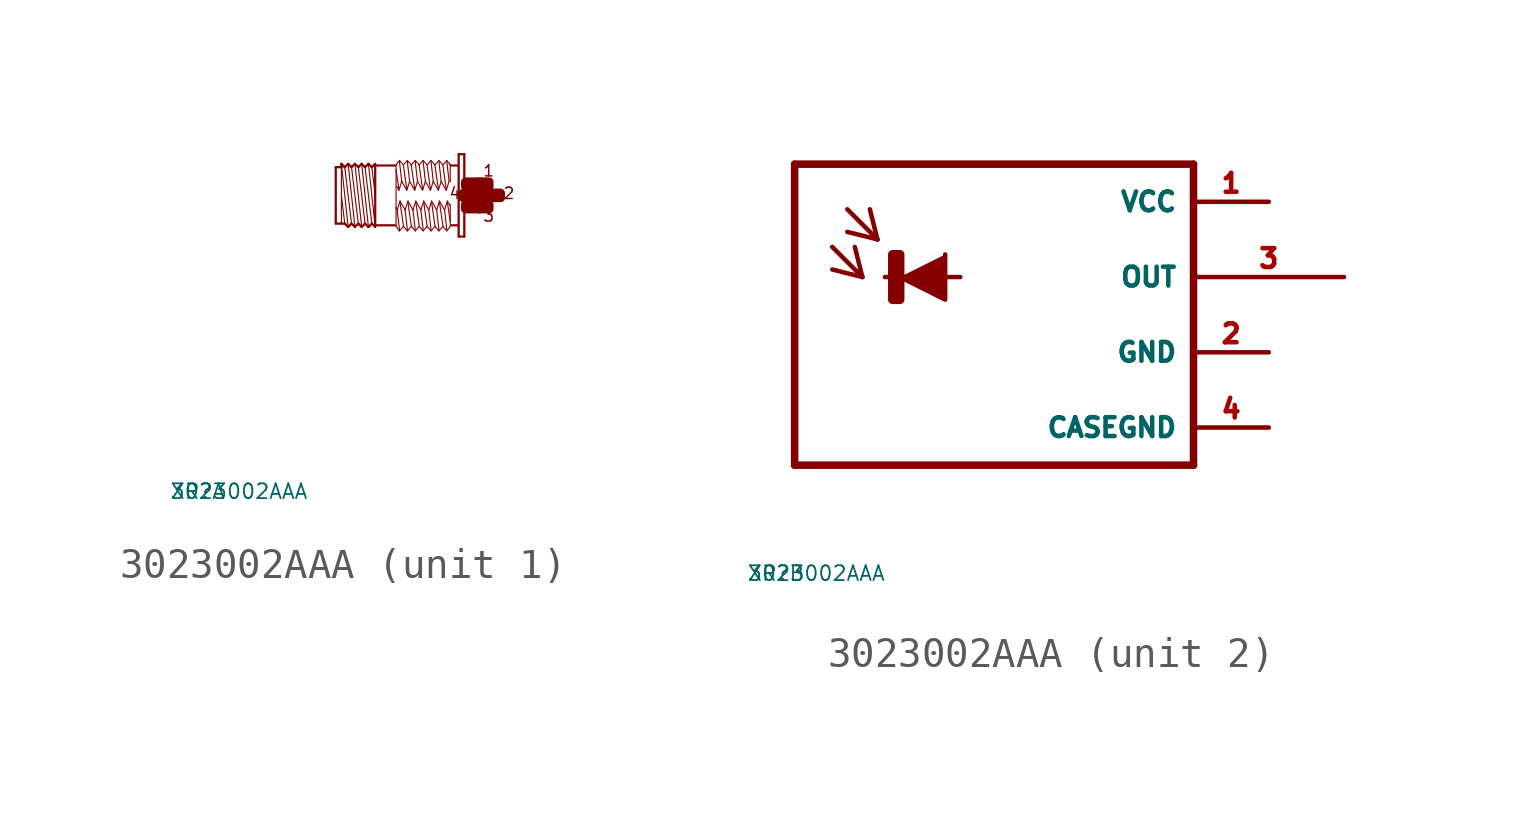
<source format=kicad_sym>
(kicad_symbol_lib
  (version 20220914)
  (generator Eagle2Kicad)
  (symbol "3023002AAA"
    (property "Reference" "XR"
      (at -10 -10 0)
      (effects (font (size 0.5 0.5) (thickness 0.06)) (justify left)))
    (property "Value" "3023002AAA"
      (at -10 -10 0)
      (effects (font (size 0.5 0.5) (thickness 0.06)) (justify left)))
    (symbol "3023002AAA_1_0"
      (polyline (pts (xy -3.048 -1.067) (xy -3.277 1.067)) (stroke (width 0.038) (type default)) (fill (type none)))
      (polyline (pts (xy -3.162 0.953) (xy -3.048 0)) (stroke (width 0.038) (type default)) (fill (type none)))
      (polyline (pts (xy -3.162 -0.953) (xy -3.391 0.953)) (stroke (width 0.038) (type default)) (fill (type none)))
      (polyline (pts (xy -3.277 -1.067) (xy -3.505 1.067)) (stroke (width 0.038) (type default)) (fill (type none)))
      (polyline (pts (xy -3.391 -0.953) (xy -3.619 0.953)) (stroke (width 0.038) (type default)) (fill (type none)))
      (polyline (pts (xy -3.505 -1.067) (xy -3.734 1.067)) (stroke (width 0.038) (type default)) (fill (type none)))
      (polyline (pts (xy -3.619 -0.953) (xy -3.848 0.953)) (stroke (width 0.038) (type default)) (fill (type none)))
      (polyline (pts (xy -3.734 -1.067) (xy -3.962 1.067)) (stroke (width 0.038) (type default)) (fill (type none)))
      (polyline (pts (xy -3.848 -0.953) (xy -4.077 0.953)) (stroke (width 0.038) (type default)) (fill (type none)))
      (polyline (pts (xy -3.962 -1.067) (xy -4.191 1.067)) (stroke (width 0.038) (type default)) (fill (type none)))
      (polyline (pts (xy -4.191 0) (xy -4.077 -0.953)) (stroke (width 0.038) (type default)) (fill (type none)))
      (polyline (pts (xy -4.191 1.029) (xy -4.191 0.953)) (stroke (width 0.038) (type default)) (fill (type none)))
      (polyline (pts (xy -4.191 0.953) (xy -4.191 -0.953)) (stroke (width 0.038) (type default)) (fill (type none)))
      (polyline (pts (xy -4.381 -0.953) (xy -4.381 0.953)) (stroke (width 0.076) (type default)) (fill (type none)))
      (polyline (pts (xy -4.381 0.953) (xy -4.191 0.953)) (stroke (width 0.076) (type default)) (fill (type none)))
      (polyline (pts (xy -4.191 0.953) (xy -4.191 1.067)) (stroke (width 0.076) (type default)) (fill (type none)))
      (polyline (pts (xy -4.191 1.067) (xy -4.077 0.953)) (stroke (width 0.076) (type default)) (fill (type none)))
      (polyline (pts (xy -4.077 0.953) (xy -3.962 1.067)) (stroke (width 0.076) (type default)) (fill (type none)))
      (polyline (pts (xy -3.962 1.067) (xy -3.848 0.953)) (stroke (width 0.076) (type default)) (fill (type none)))
      (polyline (pts (xy -3.848 0.953) (xy -3.734 1.067)) (stroke (width 0.076) (type default)) (fill (type none)))
      (polyline (pts (xy -3.734 1.067) (xy -3.619 0.953)) (stroke (width 0.076) (type default)) (fill (type none)))
      (polyline (pts (xy -3.619 0.953) (xy -3.505 1.067)) (stroke (width 0.076) (type default)) (fill (type none)))
      (polyline (pts (xy -3.277 1.067) (xy -3.162 0.953)) (stroke (width 0.076) (type default)) (fill (type none)))
      (polyline (pts (xy -3.162 0.953) (xy -3.048 1.067)) (stroke (width 0.076) (type default)) (fill (type none)))
      (polyline (pts (xy -3.048 -1.067) (xy -3.162 -0.953)) (stroke (width 0.076) (type default)) (fill (type none)))
      (polyline (pts (xy -3.162 -0.953) (xy -3.277 -1.067)) (stroke (width 0.076) (type default)) (fill (type none)))
      (polyline (pts (xy -3.277 -1.067) (xy -3.391 -0.953)) (stroke (width 0.076) (type default)) (fill (type none)))
      (polyline (pts (xy -3.391 -0.953) (xy -3.505 -1.067)) (stroke (width 0.076) (type default)) (fill (type none)))
      (polyline (pts (xy -3.505 -1.067) (xy -3.619 -0.953)) (stroke (width 0.076) (type default)) (fill (type none)))
      (polyline (pts (xy -3.619 -0.953) (xy -3.734 -1.067)) (stroke (width 0.076) (type default)) (fill (type none)))
      (polyline (pts (xy -3.734 -1.067) (xy -3.848 -0.953)) (stroke (width 0.076) (type default)) (fill (type none)))
      (polyline (pts (xy -3.848 -0.953) (xy -3.962 -1.067)) (stroke (width 0.076) (type default)) (fill (type none)))
      (polyline (pts (xy -3.962 -1.067) (xy -4.077 -0.953)) (stroke (width 0.076) (type default)) (fill (type none)))
      (polyline (pts (xy -4.077 -0.953) (xy -4.191 -0.953)) (stroke (width 0.076) (type default)) (fill (type none)))
      (polyline (pts (xy -4.191 -0.953) (xy -4.381 -0.953)) (stroke (width 0.076) (type default)) (fill (type none)))
      (polyline (pts (xy -3.048 1.029) (xy -3.048 1.01)) (stroke (width 0.076) (type default)) (fill (type none)))
      (polyline (pts (xy -3.048 1.01) (xy -3.048 -1.01)) (stroke (width 0.076) (type default)) (fill (type none)))
      (polyline (pts (xy -3.048 -1.01) (xy -3.048 -1.029)) (stroke (width 0.076) (type default)) (fill (type none)))
      (polyline (pts (xy -0.038 1.391) (xy -0.038 -1.391)) (stroke (width 0.076) (type default)) (fill (type none)))
      (polyline (pts (xy -0.038 -1.391) (xy -0.229 -1.391)) (stroke (width 0.076) (type default)) (fill (type none)))
      (polyline (pts (xy -0.229 -1.391) (xy -0.229 1.391)) (stroke (width 0.076) (type default)) (fill (type none)))
      (polyline (pts (xy -0.229 1.391) (xy -0.038 1.391)) (stroke (width 0.076) (type default)) (fill (type none)))
      (polyline (pts (xy -0.267 1.01) (xy -0.476 1.01)) (stroke (width 0.076) (type default)) (fill (type none)))
      (polyline (pts (xy -0.267 -1.01) (xy -0.476 -1.01)) (stroke (width 0.076) (type default)) (fill (type none)))
      (polyline (pts (xy -2.381 -1.01) (xy -3.048 -1.01)) (stroke (width 0.076) (type default)) (fill (type none)))
      (polyline (pts (xy -3.048 1.01) (xy -2.381 1.01)) (stroke (width 0.076) (type default)) (fill (type none)))
      (polyline (pts (xy -0.514 -1.048) (xy -0.629 -1.2)) (stroke (width 0.038) (type default)) (fill (type none)))
      (polyline (pts (xy -0.629 -1.2) (xy -0.762 -1.048)) (stroke (width 0.038) (type default)) (fill (type none)))
      (polyline (pts (xy -0.762 -1.048) (xy -0.895 -1.2)) (stroke (width 0.038) (type default)) (fill (type none)))
      (polyline (pts (xy -0.895 -1.2) (xy -1.029 -1.048)) (stroke (width 0.038) (type default)) (fill (type none)))
      (polyline (pts (xy -1.029 -1.048) (xy -1.162 -1.2)) (stroke (width 0.038) (type default)) (fill (type none)))
      (polyline (pts (xy -1.162 -1.2) (xy -1.295 -1.048)) (stroke (width 0.038) (type default)) (fill (type none)))
      (polyline (pts (xy -1.295 -1.048) (xy -1.429 -1.2)) (stroke (width 0.038) (type default)) (fill (type none)))
      (polyline (pts (xy -1.429 -1.2) (xy -1.562 -1.048)) (stroke (width 0.038) (type default)) (fill (type none)))
      (polyline (pts (xy -1.562 -1.048) (xy -1.696 -1.2)) (stroke (width 0.038) (type default)) (fill (type none)))
      (polyline (pts (xy -1.696 -1.2) (xy -1.829 -1.048)) (stroke (width 0.038) (type default)) (fill (type none)))
      (polyline (pts (xy -1.829 -1.048) (xy -1.962 -1.2)) (stroke (width 0.038) (type default)) (fill (type none)))
      (polyline (pts (xy -1.962 -1.2) (xy -2.095 -1.048)) (stroke (width 0.038) (type default)) (fill (type none)))
      (polyline (pts (xy -2.095 -1.048) (xy -2.229 -1.2)) (stroke (width 0.038) (type default)) (fill (type none)))
      (polyline (pts (xy -2.229 -1.2) (xy -2.343 -1.048)) (stroke (width 0.038) (type default)) (fill (type none)))
      (polyline (pts (xy -2.343 -1.048) (xy -2.343 -0.419)) (stroke (width 0.038) (type default)) (fill (type none)))
      (polyline (pts (xy -2.343 -0.419) (xy -2.343 0.857)) (stroke (width 0.038) (type default)) (fill (type none)))
      (polyline (pts (xy -2.343 0.857) (xy -2.343 1.029)) (stroke (width 0.038) (type default)) (fill (type none)))
      (polyline (pts (xy -0.514 1.048) (xy -0.514 1.029)) (stroke (width 0.038) (type default)) (fill (type none)))
      (polyline (pts (xy -0.514 1.029) (xy -0.514 0.457)) (stroke (width 0.038) (type default)) (fill (type none)))
      (polyline (pts (xy -0.514 -0.305) (xy -0.514 -0.876)) (stroke (width 0.038) (type default)) (fill (type none)))
      (polyline (pts (xy -0.514 -0.876) (xy -0.514 -1.029)) (stroke (width 0.038) (type default)) (fill (type none)))
      (polyline (pts (xy -0.533 -0.324) (xy -0.61 -0.191)) (stroke (width 0.038) (type default)) (fill (type none)))
      (polyline (pts (xy -0.61 -0.191) (xy -0.705 -0.495)) (stroke (width 0.038) (type default)) (fill (type none)))
      (polyline (pts (xy -0.705 -0.495) (xy -0.876 -0.191)) (stroke (width 0.038) (type default)) (fill (type none)))
      (polyline (pts (xy -0.876 -0.191) (xy -0.972 -0.495)) (stroke (width 0.038) (type default)) (fill (type none)))
      (polyline (pts (xy -0.972 -0.495) (xy -1.143 -0.191)) (stroke (width 0.038) (type default)) (fill (type none)))
      (polyline (pts (xy -1.143 -0.191) (xy -1.238 -0.495)) (stroke (width 0.038) (type default)) (fill (type none)))
      (polyline (pts (xy -1.238 -0.495) (xy -1.41 -0.191)) (stroke (width 0.038) (type default)) (fill (type none)))
      (polyline (pts (xy -1.41 -0.191) (xy -1.505 -0.495)) (stroke (width 0.038) (type default)) (fill (type none)))
      (polyline (pts (xy -1.505 -0.495) (xy -1.676 -0.191)) (stroke (width 0.038) (type default)) (fill (type none)))
      (polyline (pts (xy -1.676 -0.191) (xy -1.772 -0.495)) (stroke (width 0.038) (type default)) (fill (type none)))
      (polyline (pts (xy -1.772 -0.495) (xy -1.943 -0.191)) (stroke (width 0.038) (type default)) (fill (type none)))
      (polyline (pts (xy -1.943 -0.191) (xy -2.038 -0.495)) (stroke (width 0.038) (type default)) (fill (type none)))
      (polyline (pts (xy -2.038 -0.495) (xy -2.21 -0.191)) (stroke (width 0.038) (type default)) (fill (type none)))
      (polyline (pts (xy -2.21 -0.191) (xy -2.305 -0.495)) (stroke (width 0.038) (type default)) (fill (type none)))
      (polyline (pts (xy -2.305 -0.495) (xy -2.343 -0.419)) (stroke (width 0.038) (type default)) (fill (type none)))
      (polyline (pts (xy -2.229 -1.162) (xy -2.305 -0.495)) (stroke (width 0.038) (type default)) (fill (type none)))
      (polyline (pts (xy -2.095 -1.029) (xy -2.21 -0.229)) (stroke (width 0.038) (type default)) (fill (type none)))
      (polyline (pts (xy -1.962 -1.162) (xy -2.038 -0.495)) (stroke (width 0.038) (type default)) (fill (type none)))
      (polyline (pts (xy -1.829 -1.029) (xy -1.943 -0.229)) (stroke (width 0.038) (type default)) (fill (type none)))
      (polyline (pts (xy -1.562 -1.029) (xy -1.676 -0.229)) (stroke (width 0.038) (type default)) (fill (type none)))
      (polyline (pts (xy -1.429 -1.162) (xy -1.505 -0.495)) (stroke (width 0.038) (type default)) (fill (type none)))
      (polyline (pts (xy -1.295 -1.029) (xy -1.41 -0.229)) (stroke (width 0.038) (type default)) (fill (type none)))
      (polyline (pts (xy -1.162 -1.162) (xy -1.238 -0.495)) (stroke (width 0.038) (type default)) (fill (type none)))
      (polyline (pts (xy -1.029 -1.029) (xy -1.143 -0.229)) (stroke (width 0.038) (type default)) (fill (type none)))
      (polyline (pts (xy -0.895 -1.162) (xy -0.972 -0.495)) (stroke (width 0.038) (type default)) (fill (type none)))
      (polyline (pts (xy -0.762 -1.029) (xy -0.876 -0.229)) (stroke (width 0.038) (type default)) (fill (type none)))
      (polyline (pts (xy -0.629 -1.162) (xy -0.705 -0.495)) (stroke (width 0.038) (type default)) (fill (type none)))
      (polyline (pts (xy -0.514 -0.876) (xy -0.61 -0.229)) (stroke (width 0.038) (type default)) (fill (type none)))
      (polyline (pts (xy -2.343 1.029) (xy -2.229 1.181)) (stroke (width 0.038) (type default)) (fill (type none)))
      (polyline (pts (xy -2.229 1.181) (xy -2.095 1.029)) (stroke (width 0.038) (type default)) (fill (type none)))
      (polyline (pts (xy -2.095 1.029) (xy -1.962 1.181)) (stroke (width 0.038) (type default)) (fill (type none)))
      (polyline (pts (xy -1.962 1.181) (xy -1.829 1.029)) (stroke (width 0.038) (type default)) (fill (type none)))
      (polyline (pts (xy -1.829 1.029) (xy -1.696 1.181)) (stroke (width 0.038) (type default)) (fill (type none)))
      (polyline (pts (xy -1.696 1.181) (xy -1.562 1.029)) (stroke (width 0.038) (type default)) (fill (type none)))
      (polyline (pts (xy -1.562 1.029) (xy -1.429 1.181)) (stroke (width 0.038) (type default)) (fill (type none)))
      (polyline (pts (xy -1.429 1.181) (xy -1.295 1.029)) (stroke (width 0.038) (type default)) (fill (type none)))
      (polyline (pts (xy -1.295 1.029) (xy -1.162 1.181)) (stroke (width 0.038) (type default)) (fill (type none)))
      (polyline (pts (xy -1.162 1.181) (xy -1.029 1.029)) (stroke (width 0.038) (type default)) (fill (type none)))
      (polyline (pts (xy -1.029 1.029) (xy -0.895 1.181)) (stroke (width 0.038) (type default)) (fill (type none)))
      (polyline (pts (xy -0.895 1.181) (xy -0.762 1.029)) (stroke (width 0.038) (type default)) (fill (type none)))
      (polyline (pts (xy -0.762 1.029) (xy -0.629 1.181)) (stroke (width 0.038) (type default)) (fill (type none)))
      (polyline (pts (xy -0.629 1.181) (xy -0.514 1.029)) (stroke (width 0.038) (type default)) (fill (type none)))
      (polyline (pts (xy -2.324 0.305) (xy -2.248 0.172)) (stroke (width 0.038) (type default)) (fill (type none)))
      (polyline (pts (xy -2.248 0.172) (xy -2.153 0.476)) (stroke (width 0.038) (type default)) (fill (type none)))
      (polyline (pts (xy -2.153 0.476) (xy -1.981 0.172)) (stroke (width 0.038) (type default)) (fill (type none)))
      (polyline (pts (xy -1.981 0.172) (xy -1.886 0.476)) (stroke (width 0.038) (type default)) (fill (type none)))
      (polyline (pts (xy -1.886 0.476) (xy -1.714 0.172)) (stroke (width 0.038) (type default)) (fill (type none)))
      (polyline (pts (xy -1.714 0.172) (xy -1.619 0.476)) (stroke (width 0.038) (type default)) (fill (type none)))
      (polyline (pts (xy -1.619 0.476) (xy -1.448 0.172)) (stroke (width 0.038) (type default)) (fill (type none)))
      (polyline (pts (xy -1.448 0.172) (xy -1.353 0.476)) (stroke (width 0.038) (type default)) (fill (type none)))
      (polyline (pts (xy -1.353 0.476) (xy -1.181 0.172)) (stroke (width 0.038) (type default)) (fill (type none)))
      (polyline (pts (xy -1.181 0.172) (xy -1.086 0.476)) (stroke (width 0.038) (type default)) (fill (type none)))
      (polyline (pts (xy -1.086 0.476) (xy -0.914 0.172)) (stroke (width 0.038) (type default)) (fill (type none)))
      (polyline (pts (xy -0.914 0.172) (xy -0.819 0.476)) (stroke (width 0.038) (type default)) (fill (type none)))
      (polyline (pts (xy -0.819 0.476) (xy -0.648 0.172)) (stroke (width 0.038) (type default)) (fill (type none)))
      (polyline (pts (xy -0.648 0.172) (xy -0.552 0.476)) (stroke (width 0.038) (type default)) (fill (type none)))
      (polyline (pts (xy -0.629 1.143) (xy -0.552 0.476)) (stroke (width 0.038) (type default)) (fill (type none)))
      (polyline (pts (xy -0.762 1.01) (xy -0.648 0.21)) (stroke (width 0.038) (type default)) (fill (type none)))
      (polyline (pts (xy -0.895 1.143) (xy -0.819 0.476)) (stroke (width 0.038) (type default)) (fill (type none)))
      (polyline (pts (xy -1.029 1.01) (xy -0.914 0.21)) (stroke (width 0.038) (type default)) (fill (type none)))
      (polyline (pts (xy -1.162 1.143) (xy -1.086 0.476)) (stroke (width 0.038) (type default)) (fill (type none)))
      (polyline (pts (xy -1.295 1.01) (xy -1.181 0.21)) (stroke (width 0.038) (type default)) (fill (type none)))
      (polyline (pts (xy -1.429 1.143) (xy -1.353 0.476)) (stroke (width 0.038) (type default)) (fill (type none)))
      (polyline (pts (xy -1.562 1.01) (xy -1.448 0.21)) (stroke (width 0.038) (type default)) (fill (type none)))
      (polyline (pts (xy -1.696 1.143) (xy -1.619 0.476)) (stroke (width 0.038) (type default)) (fill (type none)))
      (polyline (pts (xy -1.829 1.01) (xy -1.714 0.21)) (stroke (width 0.038) (type default)) (fill (type none)))
      (polyline (pts (xy -1.962 1.143) (xy -1.886 0.476)) (stroke (width 0.038) (type default)) (fill (type none)))
      (polyline (pts (xy -2.095 1.01) (xy -1.981 0.21)) (stroke (width 0.038) (type default)) (fill (type none)))
      (polyline (pts (xy -2.229 1.143) (xy -2.153 0.476)) (stroke (width 0.038) (type default)) (fill (type none)))
      (polyline (pts (xy -2.343 0.857) (xy -2.248 0.21)) (stroke (width 0.038) (type default)) (fill (type none)))
      (polyline (pts (xy -1.696 -1.162) (xy -1.772 -0.495)) (stroke (width 0.038) (type default)) (fill (type none)))
      (polyline (pts (xy -3.277 1.067) (xy -3.391 0.953)) (stroke (width 0.076) (type default)) (fill (type none)))
      (polyline (pts (xy -3.391 0.953) (xy -3.505 1.067)) (stroke (width 0.076) (type default)) (fill (type none)))
      (text "1" (at 0.572 0.61 0) (effects (font (size 0.381 0.381) (thickness 0.05)) (justify left bottom)))
      (text "3" (at 0.572 -0.914 0) (effects (font (size 0.381 0.381) (thickness 0.05)) (justify left bottom)))
      (text "2" (at 1.257 -0.152 0) (effects (font (size 0.381 0.381) (thickness 0.05)) (justify left bottom)))
      (text "4" (at -0.572 -0.152 0) (effects (font (size 0.381 0.381) (thickness 0.05)) (justify left bottom)))
      (rectangle (start 0 -0.457) (end 0.495 -0.305) (stroke (width 0.3) (type default)) (fill (type outline)))
      (rectangle (start 0.457 -0.457) (end 0.8 -0.305) (stroke (width 0.3) (type default)) (fill (type outline)))
      (rectangle (start 0.838 -0.076) (end 1.181 0.076) (stroke (width 0.3) (type default)) (fill (type outline)))
      (rectangle (start 0.457 0.305) (end 0.8 0.457) (stroke (width 0.3) (type default)) (fill (type outline)))
      (rectangle (start 0 0.305) (end 0.495 0.457) (stroke (width 0.3) (type default)) (fill (type outline)))
      (rectangle (start 0.419 -0.076) (end 0.762 0.076) (stroke (width 0.3) (type default)) (fill (type outline)))
      (rectangle (start 0.076 -0.076) (end 0.419 0.076) (stroke (width 0.3) (type default)) (fill (type outline)))
      (rectangle (start -0.076 -0.076) (end 0.152 0.076) (stroke (width 0.3) (type default)) (fill (type outline)))
      (rectangle (start 0.762 -0.076) (end 0.838 0.076) (stroke (width 0.3) (type default)) (fill (type outline)))
      (rectangle (start 0.838 -0.076) (end 1.181 0.076) (stroke (width 0.3) (type default)) (fill (type outline))))
    (symbol "3023002AAA_2_0"
      (polyline (pts (xy -4.826 0) (xy -3.302 -0.762) (xy -3.302 0.762)) (stroke (width 0.152) (type default)) (fill (type outline)))
      (polyline (pts (xy -7.112 1.016) (xy -6.096 0)) (stroke (width 0.152) (type default)) (fill (type none)))
      (polyline (pts (xy -6.096 0) (xy -6.35 1.016)) (stroke (width 0.152) (type default)) (fill (type none)))
      (polyline (pts (xy -6.096 0) (xy -7.112 0.254)) (stroke (width 0.152) (type default)) (fill (type none)))
      (polyline (pts (xy -6.604 2.286) (xy -5.588 1.27)) (stroke (width 0.152) (type default)) (fill (type none)))
      (polyline (pts (xy -5.588 1.27) (xy -5.842 2.286)) (stroke (width 0.152) (type default)) (fill (type none)))
      (polyline (pts (xy -5.588 1.27) (xy -6.604 1.524)) (stroke (width 0.152) (type default)) (fill (type none)))
      (polyline (pts (xy 5.08 3.81) (xy 5.08 -6.35)) (stroke (width 0.254) (type default)) (fill (type none)))
      (polyline (pts (xy 5.08 -6.35) (xy -8.382 -6.35)) (stroke (width 0.254) (type default)) (fill (type none)))
      (polyline (pts (xy -8.382 -6.35) (xy -8.382 3.81)) (stroke (width 0.254) (type default)) (fill (type none)))
      (polyline (pts (xy -8.382 3.81) (xy 5.08 3.81)) (stroke (width 0.254) (type default)) (fill (type none)))
      (polyline (pts (xy -5.334 0) (xy -2.794 0)) (stroke (width 0.152) (type default)) (fill (type none)))
      (rectangle (start -5.08 -0.762) (end -4.826 0.762) (stroke (width 0.3) (type default)) (fill (type outline)))
      (pin unspecified line (at 7.62 2.54 180) (length 2.54) (name "VCC" (effects (font (size 0.635 0.635) (thickness 0.08)) (justify left bottom))) (number "1" (effects (font (size 0.635 0.635) (thickness 0.08)) (justify left bottom))))
      (pin unspecified line (at 7.62 -2.54 180) (length 2.54) (name "GND" (effects (font (size 0.635 0.635) (thickness 0.08)) (justify left bottom))) (number "2" (effects (font (size 0.635 0.635) (thickness 0.08)) (justify left bottom))))
      (pin output line (at 10.16 0 180) (length 5.08) (name "OUT" (effects (font (size 0.635 0.635) (thickness 0.08)) (justify left bottom))) (number "3" (effects (font (size 0.635 0.635) (thickness 0.08)) (justify left bottom))))
      (pin unspecified line (at 7.62 -5.08 180) (length 2.54) (name "CASEGND" (effects (font (size 0.635 0.635) (thickness 0.08)) (justify left bottom))) (number "4" (effects (font (size 0.635 0.635) (thickness 0.08)) (justify left bottom)))))))
</source>
